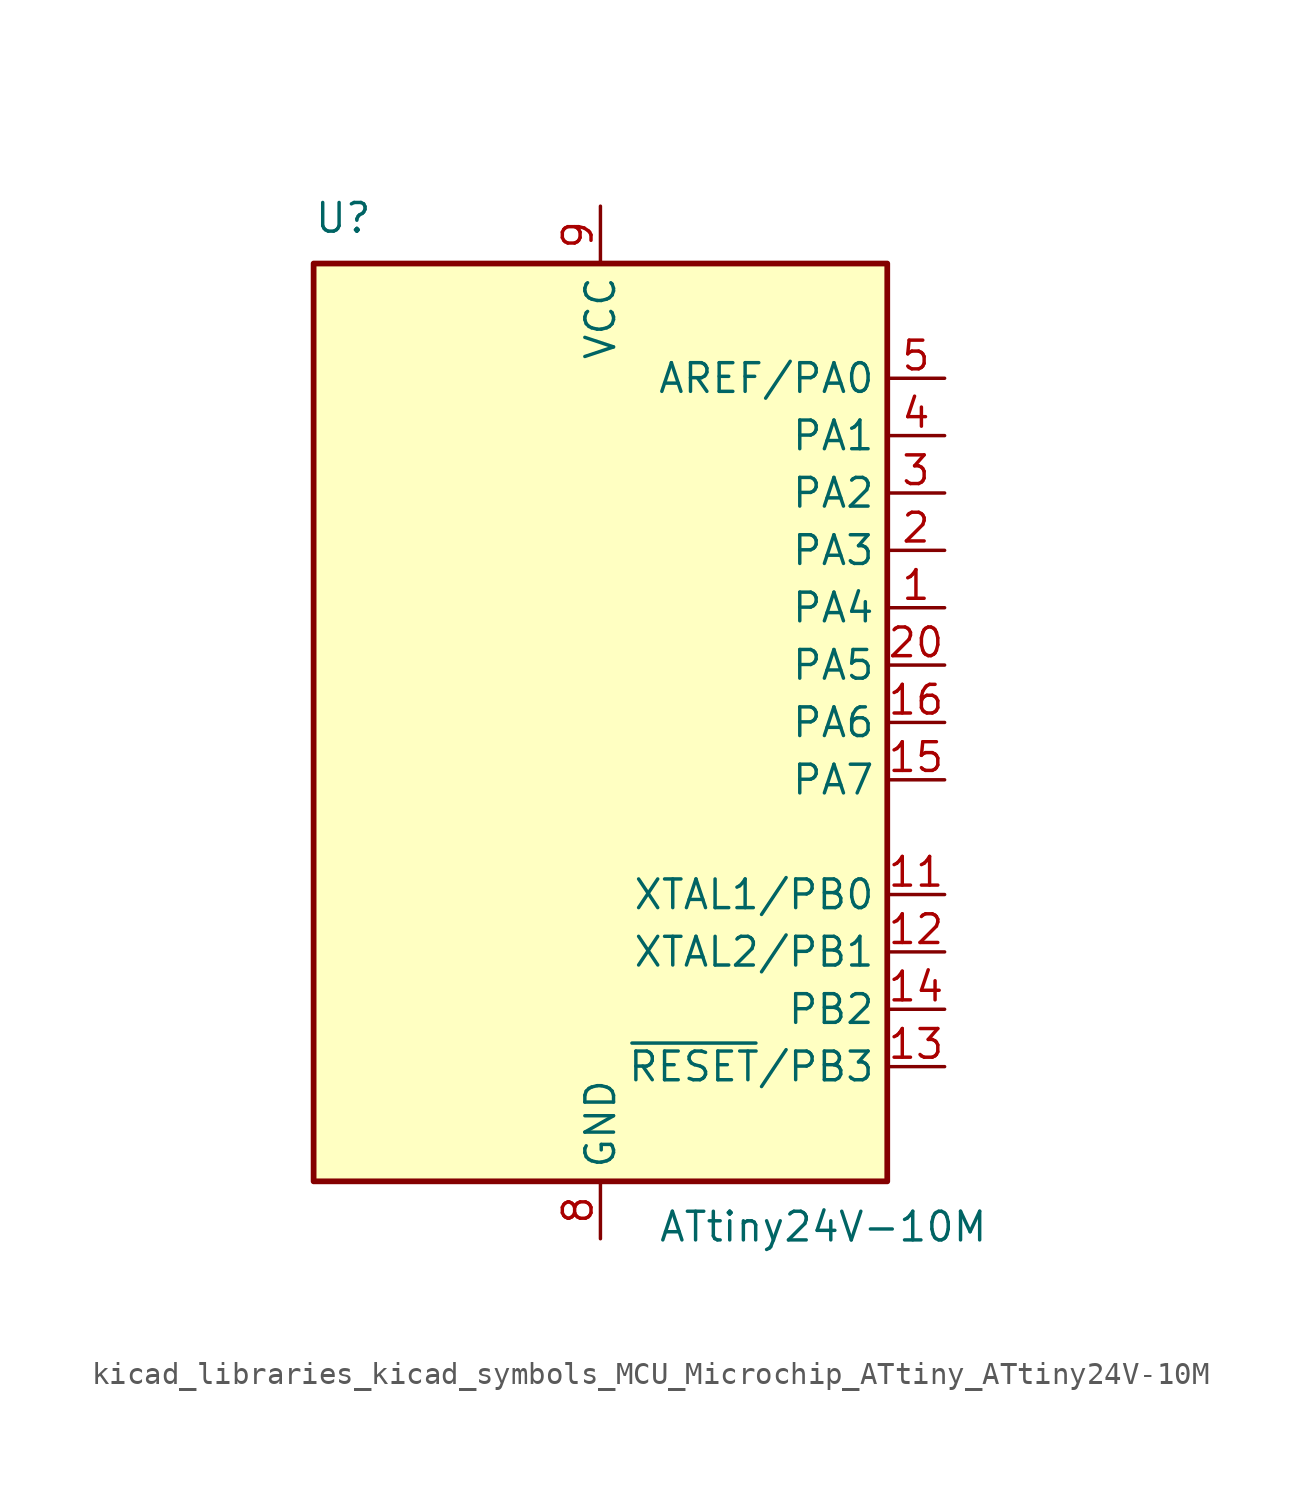
<source format=kicad_sym>
(kicad_symbol_lib
  (version 20220914)
  (generator kicad_symbol_editor)
  (symbol "kicad_libraries_kicad_symbols_MCU_Microchip_ATtiny_ATtiny24V-10M"
    (property "Reference" "U"
      (at -12.7 21.59 0)
      (effects (font (size 1.27 1.27)) (justify left bottom)))
    (property "Value" "ATtiny24V-10M"
      (at 2.54 -21.59 0)
      (effects (font (size 1.27 1.27)) (justify left top)))
    (symbol "kicad_libraries_kicad_symbols_MCU_Microchip_ATtiny_ATtiny24V-10M_0_1"
      (rectangle (start -12.7 -20.32) (end 12.7 20.32) (stroke (width 0.254) (type default)) (fill (type background))))
    (symbol "kicad_libraries_kicad_symbols_MCU_Microchip_ATtiny_ATtiny24V-10M_1_1"
      (pin bidirectional line (at 15.24 5.08 180) (length 2.54) (name "PA4" (effects (font (size 1.27 1.27)))) (number "1" (effects (font (size 1.27 1.27)))))
      (pin no_connect line (at -12.7 -10.16 0) (length 2.54) hide (name "NC" (effects (font (size 1.27 1.27)))) (number "10" (effects (font (size 1.27 1.27)))))
      (pin bidirectional line (at 15.24 -7.62 180) (length 2.54) (name "XTAL1/PB0" (effects (font (size 1.27 1.27)))) (number "11" (effects (font (size 1.27 1.27)))))
      (pin bidirectional line (at 15.24 -10.16 180) (length 2.54) (name "XTAL2/PB1" (effects (font (size 1.27 1.27)))) (number "12" (effects (font (size 1.27 1.27)))))
      (pin bidirectional line (at 15.24 -15.24 180) (length 2.54) (name "~{RESET}/PB3" (effects (font (size 1.27 1.27)))) (number "13" (effects (font (size 1.27 1.27)))))
      (pin bidirectional line (at 15.24 -12.7 180) (length 2.54) (name "PB2" (effects (font (size 1.27 1.27)))) (number "14" (effects (font (size 1.27 1.27)))))
      (pin bidirectional line (at 15.24 -2.54 180) (length 2.54) (name "PA7" (effects (font (size 1.27 1.27)))) (number "15" (effects (font (size 1.27 1.27)))))
      (pin bidirectional line (at 15.24 0 180) (length 2.54) (name "PA6" (effects (font (size 1.27 1.27)))) (number "16" (effects (font (size 1.27 1.27)))))
      (pin no_connect line (at -12.7 -12.7 0) (length 2.54) hide (name "NC" (effects (font (size 1.27 1.27)))) (number "17" (effects (font (size 1.27 1.27)))))
      (pin no_connect line (at -12.7 -15.24 0) (length 2.54) hide (name "NC" (effects (font (size 1.27 1.27)))) (number "18" (effects (font (size 1.27 1.27)))))
      (pin no_connect line (at -12.7 -17.78 0) (length 2.54) hide (name "NC" (effects (font (size 1.27 1.27)))) (number "19" (effects (font (size 1.27 1.27)))))
      (pin bidirectional line (at 15.24 7.62 180) (length 2.54) (name "PA3" (effects (font (size 1.27 1.27)))) (number "2" (effects (font (size 1.27 1.27)))))
      (pin bidirectional line (at 15.24 2.54 180) (length 2.54) (name "PA5" (effects (font (size 1.27 1.27)))) (number "20" (effects (font (size 1.27 1.27)))))
      (pin passive line (at 0 -22.86 90) (length 2.54) hide (name "GND" (effects (font (size 1.27 1.27)))) (number "21" (effects (font (size 1.27 1.27)))))
      (pin bidirectional line (at 15.24 10.16 180) (length 2.54) (name "PA2" (effects (font (size 1.27 1.27)))) (number "3" (effects (font (size 1.27 1.27)))))
      (pin bidirectional line (at 15.24 12.7 180) (length 2.54) (name "PA1" (effects (font (size 1.27 1.27)))) (number "4" (effects (font (size 1.27 1.27)))))
      (pin bidirectional line (at 15.24 15.24 180) (length 2.54) (name "AREF/PA0" (effects (font (size 1.27 1.27)))) (number "5" (effects (font (size 1.27 1.27)))))
      (pin no_connect line (at -12.7 -5.08 0) (length 2.54) hide (name "NC" (effects (font (size 1.27 1.27)))) (number "6" (effects (font (size 1.27 1.27)))))
      (pin no_connect line (at -12.7 -7.62 0) (length 2.54) hide (name "NC" (effects (font (size 1.27 1.27)))) (number "7" (effects (font (size 1.27 1.27)))))
      (pin power_in line (at 0 -22.86 90) (length 2.54) (name "GND" (effects (font (size 1.27 1.27)))) (number "8" (effects (font (size 1.27 1.27)))))
      (pin power_in line (at 0 22.86 270) (length 2.54) (name "VCC" (effects (font (size 1.27 1.27)))) (number "9" (effects (font (size 1.27 1.27))))))))
</source>
